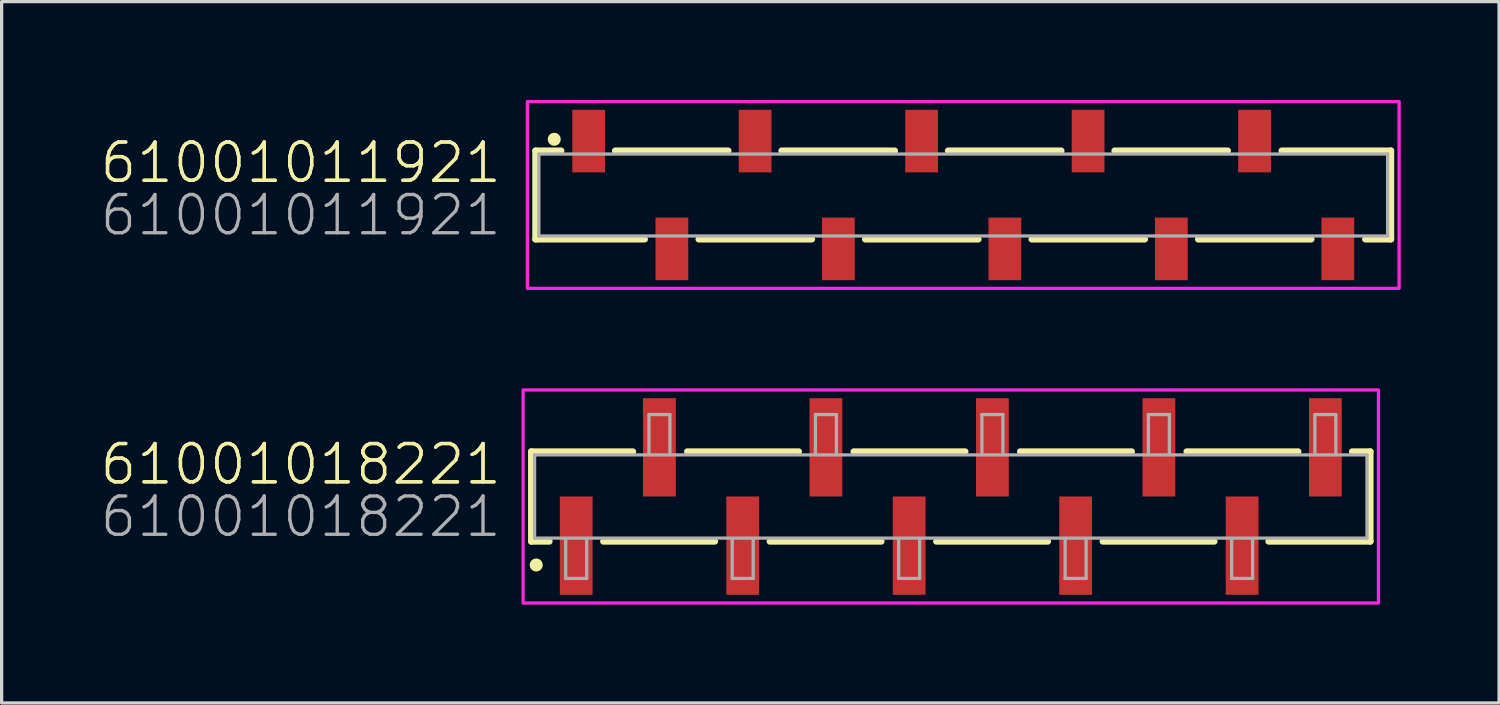
<source format=kicad_pcb>
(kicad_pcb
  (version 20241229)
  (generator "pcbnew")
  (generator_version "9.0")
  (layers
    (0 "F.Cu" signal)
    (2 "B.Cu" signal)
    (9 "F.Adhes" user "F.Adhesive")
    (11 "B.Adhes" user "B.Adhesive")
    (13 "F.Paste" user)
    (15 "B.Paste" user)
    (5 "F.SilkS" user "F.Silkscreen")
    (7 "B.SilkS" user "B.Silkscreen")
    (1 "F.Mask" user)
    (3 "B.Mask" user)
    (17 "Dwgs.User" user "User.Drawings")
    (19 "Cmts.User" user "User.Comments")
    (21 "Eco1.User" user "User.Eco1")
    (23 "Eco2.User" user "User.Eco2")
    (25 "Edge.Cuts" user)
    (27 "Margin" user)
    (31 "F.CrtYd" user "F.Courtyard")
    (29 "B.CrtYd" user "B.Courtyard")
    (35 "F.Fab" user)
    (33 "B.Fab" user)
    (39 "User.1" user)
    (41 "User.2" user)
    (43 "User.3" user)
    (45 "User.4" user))
  (footprint "61001011921"
    (layer "F.Cu")
    (at 26.342 2.9)
    (property "Reference" "61001011921" (at -14.03 -0.3 0) (unlocked yes) (layer "F.SilkS") (effects (font (size 1.168 1.168) (thickness 0.102)) (justify right bottom)))
    (property "Value" "61001011921" (at -14.03 1.3 0) (unlocked yes) (layer "F.Fab") (hide yes) (effects (font (size 1.168 1.168) (thickness 0.102)) (justify right bottom)))
    (fp_line (start -13.05 -1.35) (end -12.27 -1.35) (stroke (width 0.2) (type solid)) (layer "F.SilkS"))
    (fp_line (start -13.05 1.35) (end -13.05 -1.35) (stroke (width 0.2) (type solid)) (layer "F.SilkS"))
    (fp_line (start -10.62 -1.35) (end -7.17 -1.35) (stroke (width 0.2) (type solid)) (layer "F.SilkS"))
    (fp_line (start -9.72 1.35) (end -13.05 1.35) (stroke (width 0.2) (type solid)) (layer "F.SilkS"))
    (fp_line (start -5.54 -1.35) (end -2.09 -1.35) (stroke (width 0.2) (type solid)) (layer "F.SilkS"))
    (fp_line (start -4.62 1.35) (end -8.07 1.35) (stroke (width 0.2) (type solid)) (layer "F.SilkS"))
    (fp_line (start -0.46 -1.35) (end 2.99 -1.35) (stroke (width 0.2) (type solid)) (layer "F.SilkS"))
    (fp_line (start 0.46 1.35) (end -2.99 1.35) (stroke (width 0.2) (type solid)) (layer "F.SilkS"))
    (fp_line (start 4.62 -1.35) (end 8.07 -1.35) (stroke (width 0.2) (type solid)) (layer "F.SilkS"))
    (fp_line (start 5.54 1.35) (end 2.09 1.35) (stroke (width 0.2) (type solid)) (layer "F.SilkS"))
    (fp_line (start 10.62 1.35) (end 7.17 1.35) (stroke (width 0.2) (type solid)) (layer "F.SilkS"))
    (fp_line (start 12.27 1.35) (end 13.05 1.35) (stroke (width 0.2) (type solid)) (layer "F.SilkS"))
    (fp_line (start 13.05 -1.35) (end 9.72 -1.35) (stroke (width 0.2) (type solid)) (layer "F.SilkS"))
    (fp_line (start 13.05 1.35) (end 13.05 -1.35) (stroke (width 0.2) (type solid)) (layer "F.SilkS"))
    (fp_circle (center -12.48 -1.7) (end -12.38 -1.7) (stroke (width 0.2) (type solid)) (fill no) (layer "F.SilkS"))
    (fp_poly (pts (xy 13.3 2.85) (xy -13.3 2.85) (xy -13.3 -2.85) (xy 13.3 -2.85)) (stroke (width 0.1) (type default)) (fill no) (layer "F.CrtYd"))
    (fp_line (start -12.95 -1.25) (end 12.95 -1.25) (stroke (width 0.1) (type solid)) (layer "F.Fab"))
    (fp_line (start -12.95 1.25) (end -12.95 -1.25) (stroke (width 0.1) (type solid)) (layer "F.Fab"))
    (fp_line (start 12.95 1.25) (end -12.95 1.25) (stroke (width 0.1) (type solid)) (layer "F.Fab"))
    (fp_line (start 12.95 1.25) (end 12.95 -1.25) (stroke (width 0.1) (type solid)) (layer "F.Fab"))
    (fp_text user "${REFERENCE}" (at -14.03 -0.3 0) (unlocked yes) (layer "F.SilkS") (effects (font (size 1.168 1.168) (thickness 0.102)) (justify right bottom)))
    (fp_text user "${VALUE}" (at -14.03 1.3 0) (unlocked yes) (layer "F.Fab") (effects (font (size 1.168 1.168) (thickness 0.102)) (justify right bottom)))
    (pad "1" smd rect (at -11.43 -1.645 180) (size 1 1.91) (layers "F.Cu" "F.Mask" "F.Paste"))
    (pad "2" smd rect (at -8.89 1.645 180) (size 1 1.91) (layers "F.Cu" "F.Mask" "F.Paste"))
    (pad "3" smd rect (at -6.35 -1.645 180) (size 1 1.91) (layers "F.Cu" "F.Mask" "F.Paste"))
    (pad "4" smd rect (at -3.81 1.645 180) (size 1 1.91) (layers "F.Cu" "F.Mask" "F.Paste"))
    (pad "5" smd rect (at -1.27 -1.645 180) (size 1 1.91) (layers "F.Cu" "F.Mask" "F.Paste"))
    (pad "6" smd rect (at 1.27 1.645 180) (size 1 1.91) (layers "F.Cu" "F.Mask" "F.Paste"))
    (pad "7" smd rect (at 3.81 -1.645 180) (size 1 1.91) (layers "F.Cu" "F.Mask" "F.Paste"))
    (pad "8" smd rect (at 6.35 1.645 180) (size 1 1.91) (layers "F.Cu" "F.Mask" "F.Paste"))
    (pad "9" smd rect (at 8.89 -1.645 180) (size 1 1.91) (layers "F.Cu" "F.Mask" "F.Paste"))
    (pad "10" smd rect (at 11.43 1.645 180) (size 1 1.91) (layers "F.Cu" "F.Mask" "F.Paste")))
  (footprint "61001018221"
    (layer "F.Cu")
    (at 25.962 12.1)
    (property "Reference" "61001018221" (at -13.65 -0.3 0) (unlocked yes) (layer "F.SilkS") (effects (font (size 1.168 1.168) (thickness 0.102)) (justify right bottom)))
    (property "Value" "61001018221" (at -13.65 1.3 0) (unlocked yes) (layer "F.Fab") (hide yes) (effects (font (size 1.168 1.168) (thickness 0.102)) (justify right bottom)))
    (fp_line (start -12.8 -1.37) (end -12.8 1.37) (stroke (width 0.2) (type solid)) (layer "F.SilkS"))
    (fp_line (start -12.8 1.37) (end -12.25 1.37) (stroke (width 0.2) (type solid)) (layer "F.SilkS"))
    (fp_line (start -10.6 1.37) (end -7.2 1.37) (stroke (width 0.2) (type solid)) (layer "F.SilkS"))
    (fp_line (start -9.7 -1.37) (end -12.8 -1.37) (stroke (width 0.2) (type solid)) (layer "F.SilkS"))
    (fp_line (start -5.52 1.37) (end -2.12 1.37) (stroke (width 0.2) (type solid)) (layer "F.SilkS"))
    (fp_line (start -4.64 -1.37) (end -8.04 -1.37) (stroke (width 0.2) (type solid)) (layer "F.SilkS"))
    (fp_line (start -0.44 1.37) (end 2.96 1.37) (stroke (width 0.2) (type solid)) (layer "F.SilkS"))
    (fp_line (start 0.44 -1.37) (end -2.96 -1.37) (stroke (width 0.2) (type solid)) (layer "F.SilkS"))
    (fp_line (start 4.64 1.37) (end 8.04 1.37) (stroke (width 0.2) (type solid)) (layer "F.SilkS"))
    (fp_line (start 5.52 -1.37) (end 2.12 -1.37) (stroke (width 0.2) (type solid)) (layer "F.SilkS"))
    (fp_line (start 9.7 1.37) (end 12.8 1.37) (stroke (width 0.2) (type solid)) (layer "F.SilkS"))
    (fp_line (start 10.6 -1.37) (end 7.2 -1.37) (stroke (width 0.2) (type solid)) (layer "F.SilkS"))
    (fp_line (start 12.8 -1.37) (end 12.25 -1.37) (stroke (width 0.2) (type solid)) (layer "F.SilkS"))
    (fp_line (start 12.8 1.37) (end 12.8 -1.37) (stroke (width 0.2) (type solid)) (layer "F.SilkS"))
    (fp_circle (center -12.65 2.09) (end -12.55 2.09) (stroke (width 0.2) (type solid)) (fill no) (layer "F.SilkS"))
    (fp_poly (pts (xy 13.05 3.25) (xy -13.05 3.25) (xy -13.05 -3.25) (xy 13.05 -3.25)) (stroke (width 0.1) (type default)) (fill no) (layer "F.CrtYd"))
    (fp_line (start -12.7 -1.27) (end -12.7 1.27) (stroke (width 0.1) (type solid)) (layer "F.Fab"))
    (fp_line (start -12.7 1.27) (end 12.7 1.27) (stroke (width 0.1) (type solid)) (layer "F.Fab"))
    (fp_line (start -11.75 2.5) (end -11.75 1.3) (stroke (width 0.1) (type solid)) (layer "F.Fab"))
    (fp_line (start -11.11 1.3) (end -11.11 2.5) (stroke (width 0.1) (type solid)) (layer "F.Fab"))
    (fp_line (start -11.11 2.5) (end -11.75 2.5) (stroke (width 0.1) (type solid)) (layer "F.Fab"))
    (fp_line (start -9.21 -2.5) (end -8.57 -2.5) (stroke (width 0.1) (type solid)) (layer "F.Fab"))
    (fp_line (start -9.21 -1.3) (end -9.21 -2.5) (stroke (width 0.1) (type solid)) (layer "F.Fab"))
    (fp_line (start -8.57 -2.5) (end -8.57 -1.3) (stroke (width 0.1) (type solid)) (layer "F.Fab"))
    (fp_line (start -6.67 2.5) (end -6.67 1.3) (stroke (width 0.1) (type solid)) (layer "F.Fab"))
    (fp_line (start -6.03 1.3) (end -6.03 2.5) (stroke (width 0.1) (type solid)) (layer "F.Fab"))
    (fp_line (start -6.03 2.5) (end -6.67 2.5) (stroke (width 0.1) (type solid)) (layer "F.Fab"))
    (fp_line (start -4.13 -2.5) (end -3.49 -2.5) (stroke (width 0.1) (type solid)) (layer "F.Fab"))
    (fp_line (start -4.13 -1.3) (end -4.13 -2.5) (stroke (width 0.1) (type solid)) (layer "F.Fab"))
    (fp_line (start -3.49 -2.5) (end -3.49 -1.3) (stroke (width 0.1) (type solid)) (layer "F.Fab"))
    (fp_line (start -1.59 2.5) (end -1.59 1.3) (stroke (width 0.1) (type solid)) (layer "F.Fab"))
    (fp_line (start -0.95 1.3) (end -0.95 2.5) (stroke (width 0.1) (type solid)) (layer "F.Fab"))
    (fp_line (start -0.95 2.5) (end -1.59 2.5) (stroke (width 0.1) (type solid)) (layer "F.Fab"))
    (fp_line (start 0.95 -2.5) (end 1.59 -2.5) (stroke (width 0.1) (type solid)) (layer "F.Fab"))
    (fp_line (start 0.95 -1.3) (end 0.95 -2.5) (stroke (width 0.1) (type solid)) (layer "F.Fab"))
    (fp_line (start 1.59 -2.5) (end 1.59 -1.3) (stroke (width 0.1) (type solid)) (layer "F.Fab"))
    (fp_line (start 3.49 2.5) (end 3.49 1.3) (stroke (width 0.1) (type solid)) (layer "F.Fab"))
    (fp_line (start 4.13 1.3) (end 4.13 2.5) (stroke (width 0.1) (type solid)) (layer "F.Fab"))
    (fp_line (start 4.13 2.5) (end 3.49 2.5) (stroke (width 0.1) (type solid)) (layer "F.Fab"))
    (fp_line (start 6.03 -2.5) (end 6.67 -2.5) (stroke (width 0.1) (type solid)) (layer "F.Fab"))
    (fp_line (start 6.03 -1.3) (end 6.03 -2.5) (stroke (width 0.1) (type solid)) (layer "F.Fab"))
    (fp_line (start 6.67 -2.5) (end 6.67 -1.3) (stroke (width 0.1) (type solid)) (layer "F.Fab"))
    (fp_line (start 8.57 2.5) (end 8.57 1.3) (stroke (width 0.1) (type solid)) (layer "F.Fab"))
    (fp_line (start 9.21 1.3) (end 9.21 2.5) (stroke (width 0.1) (type solid)) (layer "F.Fab"))
    (fp_line (start 9.21 2.5) (end 8.57 2.5) (stroke (width 0.1) (type solid)) (layer "F.Fab"))
    (fp_line (start 11.11 -2.5) (end 11.75 -2.5) (stroke (width 0.1) (type solid)) (layer "F.Fab"))
    (fp_line (start 11.11 -1.3) (end 11.11 -2.5) (stroke (width 0.1) (type solid)) (layer "F.Fab"))
    (fp_line (start 11.75 -2.5) (end 11.75 -1.3) (stroke (width 0.1) (type solid)) (layer "F.Fab"))
    (fp_line (start 12.7 -1.27) (end -12.7 -1.27) (stroke (width 0.1) (type solid)) (layer "F.Fab"))
    (fp_line (start 12.7 1.27) (end 12.7 -1.27) (stroke (width 0.1) (type solid)) (layer "F.Fab"))
    (fp_text user "${REFERENCE}" (at -13.65 -0.3 0) (unlocked yes) (layer "F.SilkS") (effects (font (size 1.168 1.168) (thickness 0.102)) (justify right bottom)))
    (fp_text user "${VALUE}" (at -13.65 1.3 0) (unlocked yes) (layer "F.Fab") (effects (font (size 1.168 1.168) (thickness 0.102)) (justify right bottom)))
    (pad "1" smd rect (at -11.43 1.5) (size 1 3) (layers "F.Cu" "F.Mask" "F.Paste"))
    (pad "2" smd rect (at -8.89 -1.5) (size 1 3) (layers "F.Cu" "F.Mask" "F.Paste"))
    (pad "3" smd rect (at -6.35 1.5) (size 1 3) (layers "F.Cu" "F.Mask" "F.Paste"))
    (pad "4" smd rect (at -3.81 -1.5) (size 1 3) (layers "F.Cu" "F.Mask" "F.Paste"))
    (pad "5" smd rect (at -1.27 1.5) (size 1 3) (layers "F.Cu" "F.Mask" "F.Paste"))
    (pad "6" smd rect (at 1.27 -1.5) (size 1 3) (layers "F.Cu" "F.Mask" "F.Paste"))
    (pad "7" smd rect (at 3.81 1.5) (size 1 3) (layers "F.Cu" "F.Mask" "F.Paste"))
    (pad "8" smd rect (at 6.35 -1.5) (size 1 3) (layers "F.Cu" "F.Mask" "F.Paste"))
    (pad "9" smd rect (at 8.89 1.5) (size 1 3) (layers "F.Cu" "F.Mask" "F.Paste"))
    (pad "10" smd rect (at 11.43 -1.5) (size 1 3) (layers "F.Cu" "F.Mask" "F.Paste")))
  (gr_rect
    (start -3 -3)
    (end 42.692 18.4)
    (stroke (width 0.1) (type default))
    (fill no)
    (layer "Edge.Cuts")))
</source>
